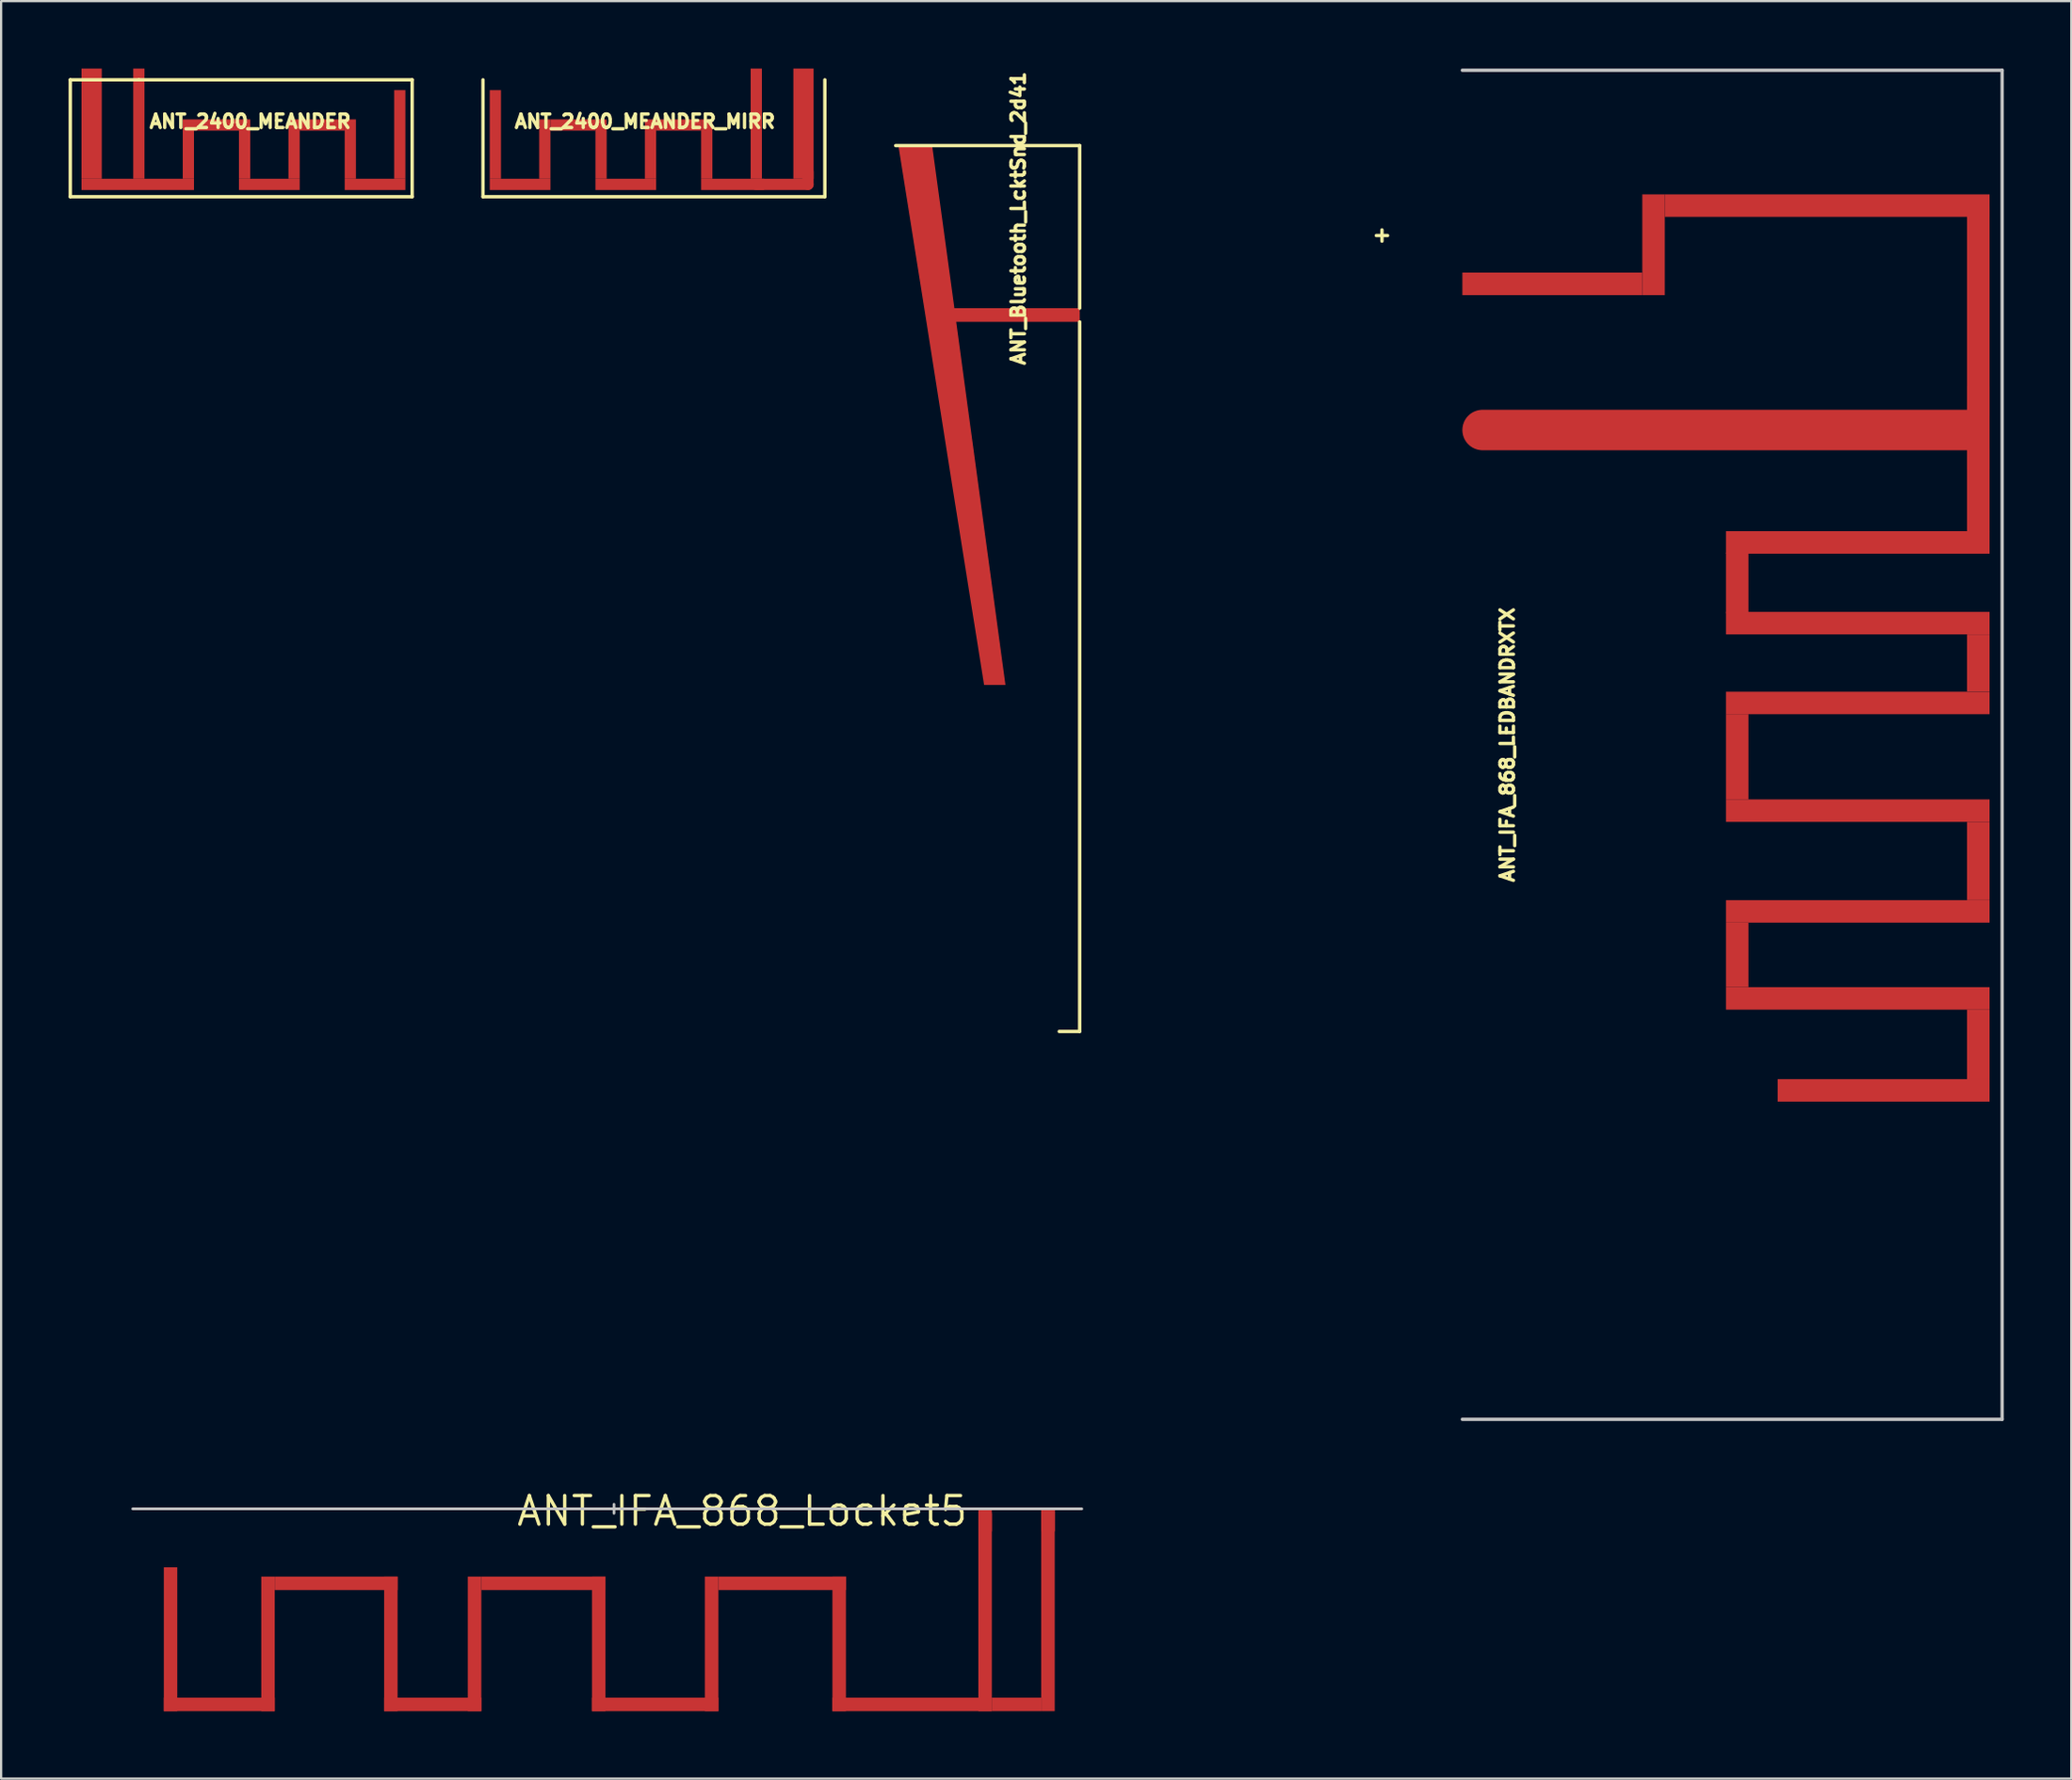
<source format=kicad_pcb>
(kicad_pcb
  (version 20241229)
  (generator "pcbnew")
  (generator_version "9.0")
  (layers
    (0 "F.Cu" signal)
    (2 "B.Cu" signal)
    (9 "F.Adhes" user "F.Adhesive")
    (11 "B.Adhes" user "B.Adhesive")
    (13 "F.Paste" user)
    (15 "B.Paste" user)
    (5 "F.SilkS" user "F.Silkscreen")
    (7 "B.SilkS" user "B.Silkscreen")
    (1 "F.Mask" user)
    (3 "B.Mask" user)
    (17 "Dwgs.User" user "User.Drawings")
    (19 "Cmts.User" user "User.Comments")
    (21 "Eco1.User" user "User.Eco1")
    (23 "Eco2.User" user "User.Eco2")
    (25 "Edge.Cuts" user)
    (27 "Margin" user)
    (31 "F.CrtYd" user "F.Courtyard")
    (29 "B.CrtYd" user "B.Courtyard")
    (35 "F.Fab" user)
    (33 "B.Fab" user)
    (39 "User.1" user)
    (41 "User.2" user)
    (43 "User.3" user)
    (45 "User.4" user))
  (footprint "ANT_Bluetooth_LcktSnd_2d41"
    (layer "F.Cu")
    (at 58.395 7.425)
    (property "Reference" "ANT_Bluetooth_LcktSnd_2d41" (at -16.17 -0.76 90) (layer "F.SilkS") (effects (font (size 0.6 0.6) (thickness 0.15))))
    (attr exclude_from_pos_files exclude_from_bom)
    (fp_poly (pts (xy -20 -4) (xy -19.01 3.23) (xy -13.44 3.23) (xy -13.44 3.84) (xy -18.93 3.84) (xy -16.74 19.99) (xy -17.69 19.99) (xy -19.15 10.85) (xy -20.18 4.31) (xy -20.98 -0.73) (xy -21.5 -4)) (stroke (width 0.001) (type solid)) (fill yes) (layer "F.Cu"))
    (fp_line (start -13.44 -4) (end -21.62 -4) (stroke (width 0.15) (type solid)) (layer "F.SilkS"))
    (fp_line (start -13.44 3.23) (end -13.44 -4) (stroke (width 0.15) (type solid)) (layer "F.SilkS"))
    (fp_line (start -13.44 3.84) (end -13.44 35.4) (stroke (width 0.15) (type solid)) (layer "F.SilkS"))
    (fp_line (start -13.44 35.4) (end -14.35 35.4) (stroke (width 0.15) (type solid)) (layer "F.SilkS"))
    (fp_line (start -0.25 0) (end 0.25 0) (stroke (width 0.15) (type solid)) (layer "F.SilkS"))
    (fp_line (start 0 -0.25) (end 0 0.25) (stroke (width 0.15) (type solid)) (layer "F.SilkS"))
    (pad "1" smd rect (at -13.64 3.53) (size 0.4 0.4) (layers "F.Cu"))
    (pad "2" smd rect (at -20.75 -3.8) (size 0.4 0.4) (layers "F.Cu")))
  (footprint "ANT_IFA_868_LEDBANDRXTX"
    (layer "F.Cu")
    (at 61.97 30.075)
    (property "Reference" "ANT_IFA_868_LEDBANDRXTX" (at 2 0 90) (layer "F.SilkS") (effects (font (size 0.6 0.6) (thickness 0.15))))
    (attr through_hole)
    (fp_line (start 22.94 -23.94) (end 22.94 -14.65) (stroke (width 1) (type solid)) (layer "F.Cu"))
    (fp_line (start 0 -30) (end 24 -30) (stroke (width 0.15) (type solid)) (layer "Dwgs.User"))
    (fp_line (start 24 -30) (end 24 30) (stroke (width 0.15) (type solid)) (layer "Dwgs.User"))
    (fp_line (start 24 30) (end 0 30) (stroke (width 0.15) (type solid)) (layer "Dwgs.User"))
    (pad "1" smd oval (at 11.72 -14) (size 23.44 1.8) (layers "F.Cu"))
    (pad "1" smd rect (at 12.22 -7.2) (size 1 2.7) (layers "F.Cu"))
    (pad "1" smd rect (at 12.22 0.535) (size 1 3.8) (layers "F.Cu"))
    (pad "1" smd rect (at 12.22 9.345) (size 1 2.87) (layers "F.Cu"))
    (pad "1" smd rect (at 17.58 -9) (size 11.72 1) (layers "F.Cu"))
    (pad "1" smd rect (at 17.58 -5.41) (size 11.72 1) (layers "F.Cu"))
    (pad "1" smd rect (at 17.58 -1.86) (size 11.72 1) (layers "F.Cu"))
    (pad "1" smd rect (at 17.58 2.93) (size 11.72 1) (layers "F.Cu"))
    (pad "1" smd rect (at 17.58 7.41) (size 11.72 1) (layers "F.Cu"))
    (pad "1" smd rect (at 17.58 11.28) (size 11.72 1) (layers "F.Cu"))
    (pad "1" smd rect (at 18.73 15.37) (size 9.42 1) (layers "F.Cu"))
    (pad "1" smd rect (at 22.94 -14.1) (size 1 3.7) (layers "F.Cu"))
    (pad "1" smd rect (at 22.94 -11.3) (size 1 3.7) (layers "F.Cu"))
    (pad "1" smd rect (at 22.94 -3.64) (size 1 2.54) (layers "F.Cu"))
    (pad "1" smd rect (at 22.94 5.17) (size 1 3.48) (layers "F.Cu"))
    (pad "1" smd rect (at 22.94 13.325) (size 1 3.1) (layers "F.Cu"))
    (pad "2" smd rect (at 4 -20.5) (size 8 1) (layers "F.Cu"))
    (pad "2" smd rect (at 8.5 -22.24) (size 1 4.48) (layers "F.Cu"))
    (pad "2" smd rect (at 16.22 -23.98) (size 14.44 1) (layers "F.Cu")))
  (footprint "ANT_IFA_868_Locket5"
    (layer "F.Cu")
    (at 24.25 64.056)
    (property "Reference" "ANT_IFA_868_Locket5" (at 5.7 0.1 0) (layer "F.SilkS") (effects (font (size 1.27 1.27) (thickness 0.15))))
    (attr through_hole)
    (fp_poly (pts (xy -19.417 9) (xy -20.017 9) (xy -20.017 2.603) (xy -19.417 2.603)) (stroke (width 0.001) (type solid)) (fill yes) (layer "F.Cu"))
    (fp_poly (pts (xy -15.084 9) (xy -20.017 9) (xy -20.017 8.4) (xy -15.084 8.4)) (stroke (width 0.001) (type solid)) (fill yes) (layer "F.Cu"))
    (fp_poly (pts (xy -15.084 9) (xy -15.684 9) (xy -15.684 3.014) (xy -15.084 3.014)) (stroke (width 0.001) (type solid)) (fill yes) (layer "F.Cu"))
    (fp_poly (pts (xy -9.621 3.014) (xy -15.084 3.014) (xy -15.084 3.614) (xy -9.621 3.614)) (stroke (width 0.001) (type solid)) (fill yes) (layer "F.Cu"))
    (fp_poly (pts (xy -9.621 9) (xy -10.221 9) (xy -10.221 3.014) (xy -9.621 3.014)) (stroke (width 0.001) (type solid)) (fill yes) (layer "F.Cu"))
    (fp_poly (pts (xy -5.899 9) (xy -10.221 9) (xy -10.221 8.4) (xy -5.899 8.4)) (stroke (width 0.001) (type solid)) (fill yes) (layer "F.Cu"))
    (fp_poly (pts (xy -5.899 9) (xy -6.499 9) (xy -6.499 3.014) (xy -5.899 3.014)) (stroke (width 0.001) (type solid)) (fill yes) (layer "F.Cu"))
    (fp_poly (pts (xy -0.38 3.014) (xy -5.899 3.014) (xy -5.899 3.614) (xy -0.38 3.614)) (stroke (width 0.001) (type solid)) (fill yes) (layer "F.Cu"))
    (fp_poly (pts (xy -0.38 9) (xy -0.98 9) (xy -0.98 3.014) (xy -0.38 3.014)) (stroke (width 0.001) (type solid)) (fill yes) (layer "F.Cu"))
    (fp_poly (pts (xy 4.642 9) (xy -0.98 9) (xy -0.98 8.4) (xy 4.642 8.4)) (stroke (width 0.001) (type solid)) (fill yes) (layer "F.Cu"))
    (fp_poly (pts (xy 4.642 9) (xy 4.042 9) (xy 4.042 3.014) (xy 4.642 3.014)) (stroke (width 0.001) (type solid)) (fill yes) (layer "F.Cu"))
    (fp_poly (pts (xy 10.312 3.014) (xy 4.642 3.014) (xy 4.642 3.614) (xy 10.312 3.614)) (stroke (width 0.001) (type solid)) (fill yes) (layer "F.Cu"))
    (fp_poly (pts (xy 10.312 9) (xy 9.712 9) (xy 9.712 3.014) (xy 10.312 3.014)) (stroke (width 0.001) (type solid)) (fill yes) (layer "F.Cu"))
    (fp_poly (pts (xy 16.2 0.2) (xy 16.8 0.2) (xy 16.8 9) (xy 16.2 9)) (stroke (width 0.001) (type solid)) (fill yes) (layer "F.Cu"))
    (fp_poly (pts (xy 16.8 9) (xy 9.712 9) (xy 9.712 8.4) (xy 16.8 8.4)) (stroke (width 0.001) (type solid)) (fill yes) (layer "F.Cu"))
    (fp_poly (pts (xy 16.8 9) (xy 18.996 9) (xy 18.996 8.4) (xy 16.8 8.4)) (stroke (width 0.001) (type solid)) (fill yes) (layer "F.Cu"))
    (fp_poly (pts (xy 18.996 0) (xy 19.596 0) (xy 19.596 9) (xy 18.996 9)) (stroke (width 0.001) (type solid)) (fill yes) (layer "F.Cu"))
    (fp_line (start 0 0.2) (end 0 -0.2) (stroke (width 0.12) (type solid)) (layer "Dwgs.User"))
    (fp_line (start 20.8 0) (end -21.4 0) (stroke (width 0.12) (type solid)) (layer "Dwgs.User"))
    (fp_poly (pts (xy -24.25 2.1) (xy -20.75 2.1) (xy -20.75 0) (xy -24.25 0)) (stroke (width 0.001) (type solid)) (fill no) (layer "Dwgs.User"))
    (fp_poly (pts (xy 24.25 2.1) (xy 20.75 2.1) (xy 20.75 0) (xy 24.25 0)) (stroke (width 0.001) (type solid)) (fill no) (layer "Dwgs.User"))
    (pad "1" smd rect (at 16.5 0.5) (size 0.6 1) (layers "F.Cu"))
    (pad "2" smd rect (at 19.3 0.5) (size 0.6 1) (layers "F.Cu")))
  (footprint "ANT_2400_MEANDER"
    (layer "F.Cu")
    (at 3.125 0.5)
    (property "Reference" "ANT_2400_MEANDER" (at 4.95 1.85 0) (layer "F.SilkS") (effects (font (size 0.6 0.6) (thickness 0.15))))
    (attr through_hole)
    (fp_line (start -3.05 0) (end -3.05 5.2) (stroke (width 0.15) (type solid)) (layer "F.SilkS"))
    (fp_line (start -3.05 0) (end 0 0) (stroke (width 0.15) (type solid)) (layer "F.SilkS"))
    (fp_line (start -3.05 5.2) (end 12.15 5.2) (stroke (width 0.15) (type solid)) (layer "F.SilkS"))
    (fp_line (start 0 0) (end 12.15 0) (stroke (width 0.15) (type solid)) (layer "F.SilkS"))
    (fp_line (start 12.15 5.2) (end 12.15 0) (stroke (width 0.15) (type solid)) (layer "F.SilkS"))
    (pad "1" smd rect (at -0.05 4.65) (size 5 0.5) (layers "F.Cu"))
    (pad "1" smd rect (at 0 1.95) (size 0.5 4.9) (layers "F.Cu"))
    (pad "1" smd rect (at 2.2 3.08) (size 0.5 2.64) (layers "F.Cu"))
    (pad "1" smd rect (at 3.45 2.01) (size 2 0.5) (layers "F.Cu"))
    (pad "1" smd rect (at 4.7 3.08) (size 0.5 2.64) (layers "F.Cu"))
    (pad "1" smd rect (at 5.8 4.65) (size 2.7 0.5) (layers "F.Cu"))
    (pad "1" smd rect (at 6.9 3.08) (size 0.5 2.64) (layers "F.Cu"))
    (pad "1" smd rect (at 8.15 2.01) (size 2 0.5) (layers "F.Cu"))
    (pad "1" smd rect (at 9.4 3.08) (size 0.5 2.64) (layers "F.Cu"))
    (pad "1" smd rect (at 10.5 4.65) (size 2.7 0.5) (layers "F.Cu"))
    (pad "1" smd rect (at 11.6 2.43) (size 0.5 3.94) (layers "F.Cu"))
    (pad "2" smd rect (at -2.1 1.95) (size 0.9 4.9) (layers "F.Cu")))
  (footprint "ANT_2400_MEANDER_MIRR"
    (layer "F.Cu")
    (at 30.575 0.5)
    (property "Reference" "ANT_2400_MEANDER_MIRR" (at -4.95 1.85 0) (layer "F.SilkS") (effects (font (size 0.6 0.6) (thickness 0.15))))
    (attr exclude_from_pos_files exclude_from_bom)
    (fp_line (start 0 4.65) (end 2.3 4.65) (stroke (width 0.5) (type solid)) (layer "F.Cu"))
    (fp_line (start 2.3 4.65) (end 2.3 4.1) (stroke (width 0.5) (type solid)) (layer "F.Cu"))
    (fp_line (start -12.15 5.2) (end -12.15 0) (stroke (width 0.15) (type solid)) (layer "F.SilkS"))
    (fp_line (start 3.05 0) (end 3.05 5.2) (stroke (width 0.15) (type solid)) (layer "F.SilkS"))
    (fp_line (start 3.05 5.2) (end -12.15 5.2) (stroke (width 0.15) (type solid)) (layer "F.SilkS"))
    (pad "1" smd rect (at -11.6 2.43) (size 0.5 3.94) (layers "F.Cu"))
    (pad "1" smd rect (at -10.5 4.65) (size 2.7 0.5) (layers "F.Cu"))
    (pad "1" smd rect (at -9.4 3.08) (size 0.5 2.64) (layers "F.Cu"))
    (pad "1" smd rect (at -8.15 2.01) (size 2 0.5) (layers "F.Cu"))
    (pad "1" smd rect (at -6.9 3.08) (size 0.5 2.64) (layers "F.Cu"))
    (pad "1" smd rect (at -5.8 4.65) (size 2.7 0.5) (layers "F.Cu"))
    (pad "1" smd rect (at -4.7 3.08) (size 0.5 2.64) (layers "F.Cu"))
    (pad "1" smd rect (at -3.45 2.01) (size 2 0.5) (layers "F.Cu"))
    (pad "1" smd rect (at -2.2 3.08) (size 0.5 2.64) (layers "F.Cu"))
    (pad "1" smd rect (at -1.05 4.65) (size 2.8 0.5) (layers "F.Cu"))
    (pad "1" smd rect (at 0 1.95) (size 0.5 4.9) (layers "F.Cu"))
    (pad "2" smd rect (at 2.1 1.95) (size 0.9 4.9) (layers "F.Cu")))
  (gr_rect
    (start -3 -3)
    (end 89.045 76.057)
    (stroke (width 0.1) (type default))
    (fill no)
    (layer "Edge.Cuts")))
</source>
